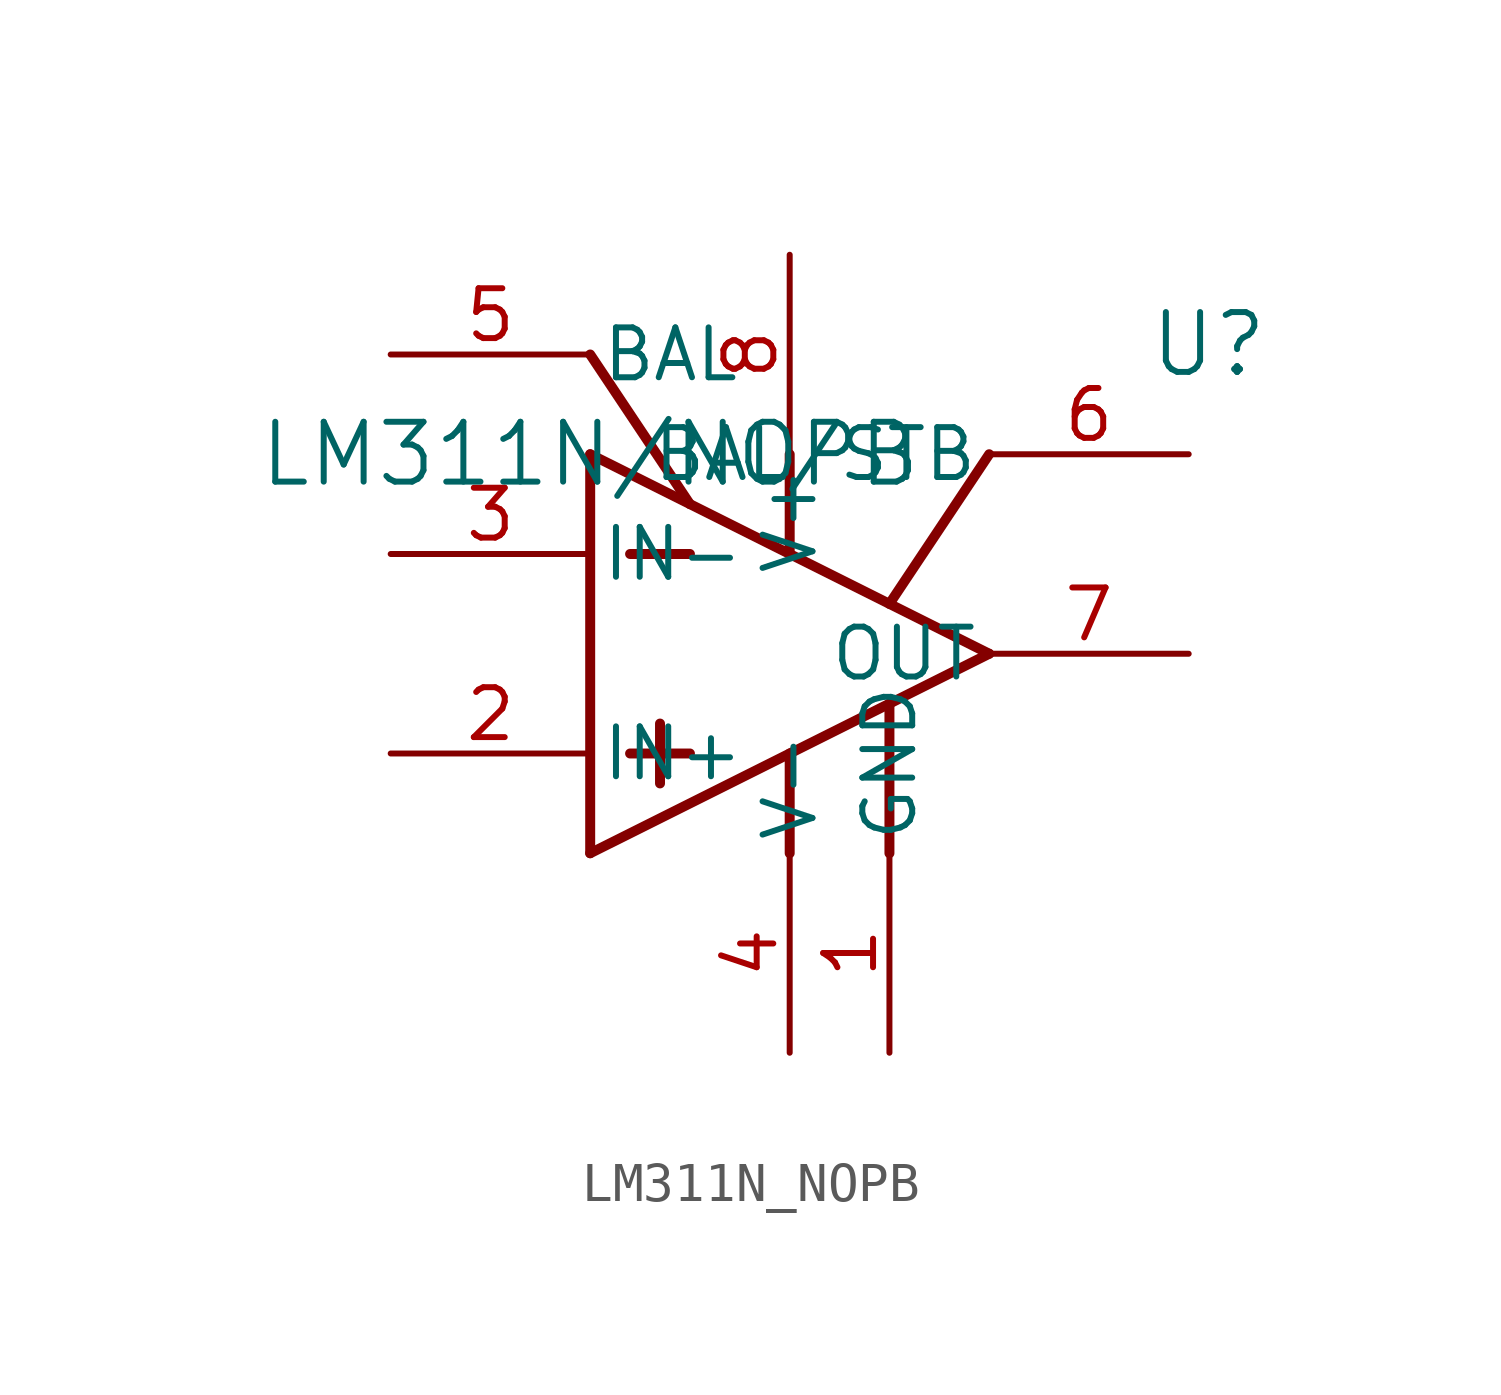
<source format=kicad_sym>
(kicad_symbol_lib
  (version 20211014)
  (generator kicad_symbol_editor)
  (symbol "LM311N_NOPB"
    (pin_names
      (offset 0.254))
    (property "Reference" "U"
      (at 15.748 2.794 0)
      (effects (font (size 1.524 1.524))))
    (property "Value" "LM311N/NOPB"
      (at 0 0 0)
      (effects (font (size 1.524 1.524))))
    (symbol "LM311N_NOPB_0_1"
      (polyline (pts (xy 0 0) (xy 10.16 -5.08)) (stroke (width 0.254) (type default) (color 0 0 0 0)) (fill (type none)))
      (polyline (pts (xy 0 -10.16) (xy 10.16 -5.08)) (stroke (width 0.254) (type default) (color 0 0 0 0)) (fill (type none)))
      (polyline (pts (xy 0 0) (xy 0 -10.16)) (stroke (width 0.254) (type default) (color 0 0 0 0)) (fill (type none)))
      (polyline (pts (xy 1.016 -2.54) (xy 2.54 -2.54)) (stroke (width 0.254) (type default) (color 0 0 0 0)) (fill (type none)))
      (polyline (pts (xy 1.016 -7.62) (xy 2.54 -7.62)) (stroke (width 0.254) (type default) (color 0 0 0 0)) (fill (type none)))
      (polyline (pts (xy 1.778 -6.858) (xy 1.778 -8.382)) (stroke (width 0.254) (type default) (color 0 0 0 0)) (fill (type none)))
      (polyline (pts (xy 5.08 0) (xy 5.08 -2.54)) (stroke (width 0.254) (type default) (color 0 0 0 0)) (fill (type none)))
      (polyline (pts (xy 5.08 -7.62) (xy 5.08 -10.16)) (stroke (width 0.254) (type default) (color 0 0 0 0)) (fill (type none)))
      (polyline (pts (xy 7.62 -3.81) (xy 10.16 0)) (stroke (width 0.254) (type default) (color 0 0 0 0)) (fill (type none)))
      (polyline (pts (xy 0 2.54) (xy 2.54 -1.27)) (stroke (width 0.254) (type default) (color 0 0 0 0)) (fill (type none)))
      (polyline (pts (xy 7.62 -10.16) (xy 7.62 -6.35)) (stroke (width 0.254) (type default) (color 0 0 0 0)) (fill (type none)))
      (pin power_in line (at 7.62 -15.24 90) (length 5.08) (name "GND" (effects (font (size 1.27 1.27)))) (number "1" (effects (font (size 1.27 1.27)))))
      (pin input line (at -5.08 -7.62 0) (length 5.08) (name "IN+" (effects (font (size 1.27 1.27)))) (number "2" (effects (font (size 1.27 1.27)))))
      (pin input line (at -5.08 -2.54 0) (length 5.08) (name "IN-" (effects (font (size 1.27 1.27)))) (number "3" (effects (font (size 1.27 1.27)))))
      (pin power_in line (at 5.08 -15.24 90) (length 5.08) (name "V-" (effects (font (size 1.27 1.27)))) (number "4" (effects (font (size 1.27 1.27)))))
      (pin passive line (at -5.08 2.54 0) (length 5.08) (name "BAL" (effects (font (size 1.27 1.27)))) (number "5" (effects (font (size 1.27 1.27)))))
      (pin passive line (at 15.24 0 180) (length 5.08) (name "BAL/STB" (effects (font (size 1.27 1.27)))) (number "6" (effects (font (size 1.27 1.27)))))
      (pin output line (at 15.24 -5.08 180) (length 5.08) (name "OUT" (effects (font (size 1.27 1.27)))) (number "7" (effects (font (size 1.27 1.27)))))
      (pin power_in line (at 5.08 5.08 270) (length 5.08) (name "V+" (effects (font (size 1.27 1.27)))) (number "8" (effects (font (size 1.27 1.27))))))))
</source>
